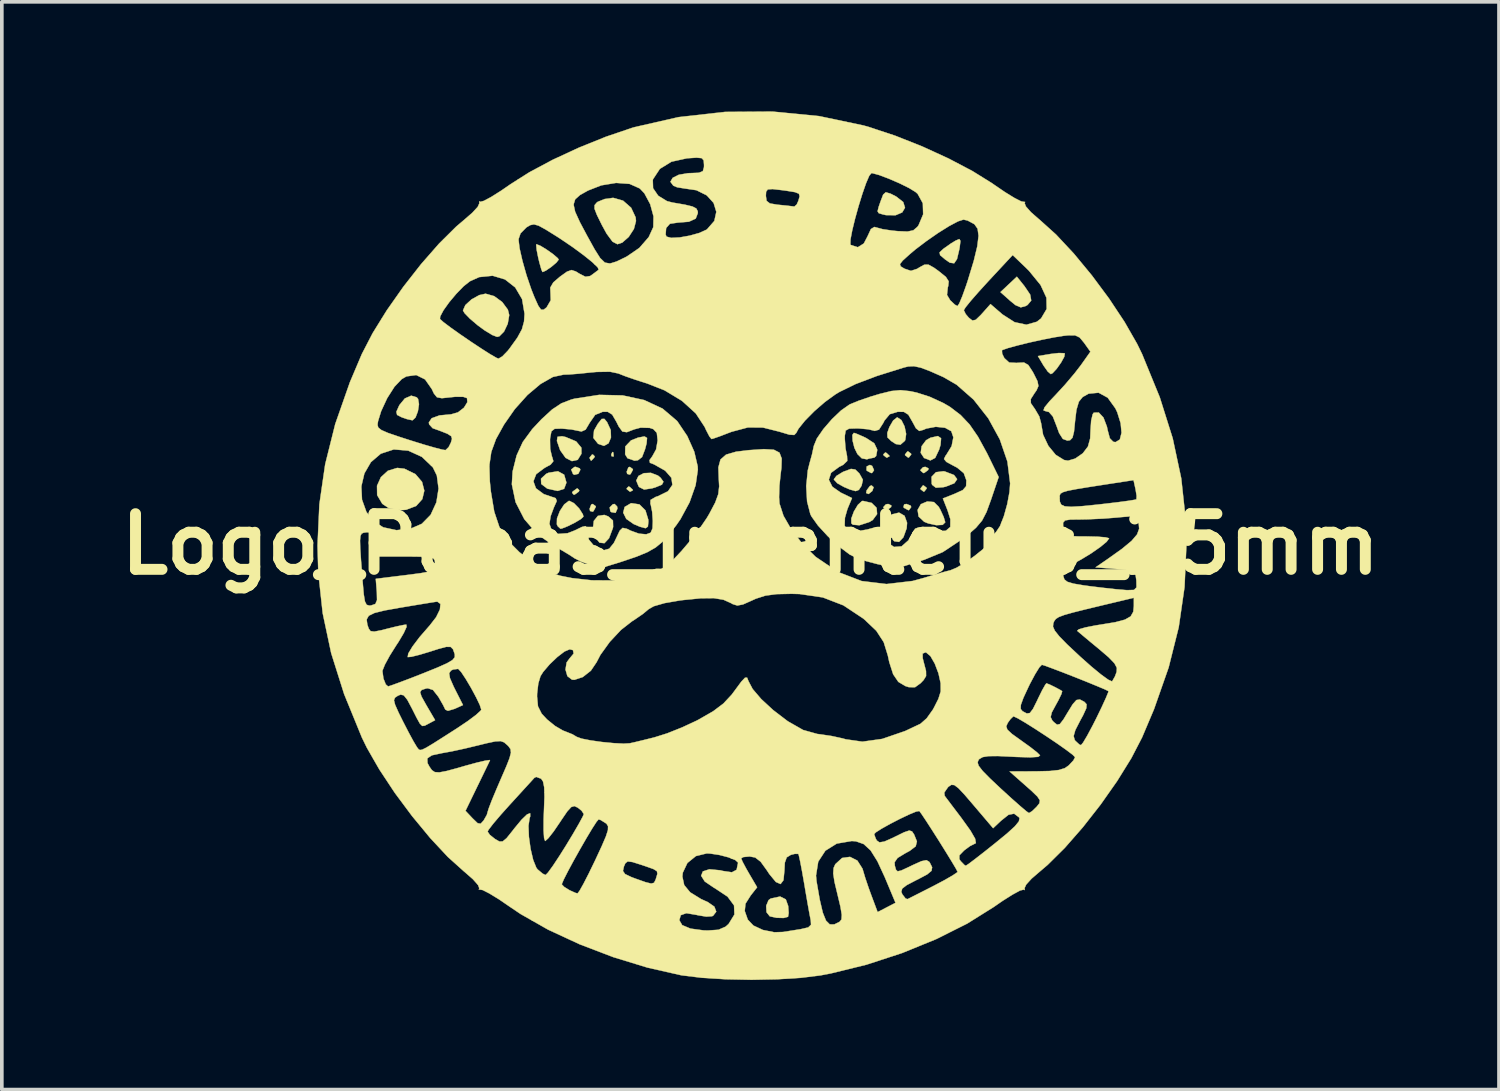
<source format=kicad_pcb>
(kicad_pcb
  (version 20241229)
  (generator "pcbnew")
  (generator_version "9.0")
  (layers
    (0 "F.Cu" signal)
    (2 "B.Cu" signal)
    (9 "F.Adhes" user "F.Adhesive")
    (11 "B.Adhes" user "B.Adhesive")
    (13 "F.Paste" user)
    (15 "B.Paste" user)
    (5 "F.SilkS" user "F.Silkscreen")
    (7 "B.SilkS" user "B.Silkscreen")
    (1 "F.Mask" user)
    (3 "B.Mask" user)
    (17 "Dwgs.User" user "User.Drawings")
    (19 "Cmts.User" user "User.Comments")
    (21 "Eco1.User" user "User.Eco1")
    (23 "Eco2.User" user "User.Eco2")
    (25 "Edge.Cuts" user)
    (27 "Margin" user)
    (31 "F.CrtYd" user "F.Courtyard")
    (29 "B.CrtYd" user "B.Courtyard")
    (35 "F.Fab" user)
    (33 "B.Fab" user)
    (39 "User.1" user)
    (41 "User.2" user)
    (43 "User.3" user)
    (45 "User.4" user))
  (footprint "Logo_Papas_Inventeurs_25mm"
    (layer "F.Cu")
    (at 17.497 11.85)
    (property "Reference" "Logo_Papas_Inventeurs_25mm" (at 0 0 0) (layer "F.SilkS") (effects (font (size 1.524 1.524) (thickness 0.3))))
    (attr through_hole)
    (fp_poly (pts (xy -3.754 -2.512) (xy -3.743 -2.411) (xy -3.754 -2.399) (xy -3.804 -2.411) (xy -3.81 -2.455) (xy -3.779 -2.525) (xy -3.754 -2.512)) (stroke (width 0.01) (type solid)) (fill yes) (layer "F.SilkS"))
    (fp_poly (pts (xy -4.685 -1.472) (xy -4.699 -1.439) (xy -4.811 -1.358) (xy -4.836 -1.355) (xy -4.882 -1.407) (xy -4.868 -1.439) (xy -4.756 -1.521) (xy -4.731 -1.524) (xy -4.685 -1.472)) (stroke (width 0.01) (type solid)) (fill yes) (layer "F.SilkS"))
    (fp_poly (pts (xy -4.671 -2.074) (xy -4.657 -2.037) (xy -4.713 -1.926) (xy -4.821 -1.9) (xy -4.857 -1.921) (xy -4.908 -2.044) (xy -4.817 -2.114) (xy -4.784 -2.117) (xy -4.671 -2.074)) (stroke (width 0.01) (type solid)) (fill yes) (layer "F.SilkS"))
    (fp_poly (pts (xy -4.262 -2.403) (xy -4.276 -2.371) (xy -4.352 -2.29) (xy -4.365 -2.286) (xy -4.402 -2.352) (xy -4.403 -2.371) (xy -4.338 -2.452) (xy -4.313 -2.455) (xy -4.262 -2.403)) (stroke (width 0.01) (type solid)) (fill yes) (layer "F.SilkS"))
    (fp_poly (pts (xy -4.236 -1.04) (xy -4.233 -1.021) (xy -4.295 -0.906) (xy -4.318 -0.889) (xy -4.39 -0.908) (xy -4.403 -0.969) (xy -4.358 -1.085) (xy -4.318 -1.101) (xy -4.236 -1.04)) (stroke (width 0.01) (type solid)) (fill yes) (layer "F.SilkS"))
    (fp_poly (pts (xy -3.65 -1.032) (xy -3.641 -0.974) (xy -3.693 -0.857) (xy -3.81 -0.878) (xy -3.836 -0.901) (xy -3.853 -1.006) (xy -3.767 -1.092) (xy -3.72 -1.101) (xy -3.65 -1.032)) (stroke (width 0.01) (type solid)) (fill yes) (layer "F.SilkS"))
    (fp_poly (pts (xy -3.302 -1.566) (xy -3.221 -1.49) (xy -3.217 -1.477) (xy -3.283 -1.44) (xy -3.302 -1.439) (xy -3.383 -1.504) (xy -3.387 -1.529) (xy -3.335 -1.58) (xy -3.302 -1.566)) (stroke (width 0.01) (type solid)) (fill yes) (layer "F.SilkS"))
    (fp_poly (pts (xy -3.22 -2.056) (xy -3.217 -2.037) (xy -3.279 -1.922) (xy -3.302 -1.905) (xy -3.374 -1.924) (xy -3.387 -1.985) (xy -3.342 -2.101) (xy -3.302 -2.117) (xy -3.22 -2.056)) (stroke (width 0.01) (type solid)) (fill yes) (layer "F.SilkS"))
    (fp_poly (pts (xy 3.333 -2.143) (xy 3.385 -2.026) (xy 3.331 -1.95) (xy 3.307 -1.947) (xy 3.192 -2.009) (xy 3.179 -2.026) (xy 3.183 -2.127) (xy 3.272 -2.17) (xy 3.333 -2.143)) (stroke (width 0.01) (type solid)) (fill yes) (layer "F.SilkS"))
    (fp_poly (pts (xy 3.374 -1.559) (xy 3.339 -1.458) (xy 3.24 -1.377) (xy 3.233 -1.374) (xy 3.169 -1.401) (xy 3.184 -1.475) (xy 3.271 -1.591) (xy 3.318 -1.609) (xy 3.374 -1.559)) (stroke (width 0.01) (type solid)) (fill yes) (layer "F.SilkS"))
    (fp_poly (pts (xy 3.725 -2.498) (xy 3.806 -2.422) (xy 3.81 -2.408) (xy 3.744 -2.372) (xy 3.725 -2.371) (xy 3.644 -2.436) (xy 3.641 -2.46) (xy 3.693 -2.511) (xy 3.725 -2.498)) (stroke (width 0.01) (type solid)) (fill yes) (layer "F.SilkS"))
    (fp_poly (pts (xy 3.86 -1.06) (xy 3.852 -1.016) (xy 3.744 -0.935) (xy 3.72 -0.931) (xy 3.643 -0.996) (xy 3.641 -1.016) (xy 3.71 -1.09) (xy 3.773 -1.101) (xy 3.86 -1.06)) (stroke (width 0.01) (type solid)) (fill yes) (layer "F.SilkS"))
    (fp_poly (pts (xy 4.387 -1.056) (xy 4.403 -1.016) (xy 4.342 -0.934) (xy 4.323 -0.931) (xy 4.208 -0.993) (xy 4.191 -1.016) (xy 4.21 -1.088) (xy 4.271 -1.101) (xy 4.387 -1.056)) (stroke (width 0.01) (type solid)) (fill yes) (layer "F.SilkS"))
    (fp_poly (pts (xy 4.4 -2.476) (xy 4.403 -2.455) (xy 4.338 -2.373) (xy 4.318 -2.371) (xy 4.236 -2.435) (xy 4.233 -2.455) (xy 4.298 -2.538) (xy 4.318 -2.54) (xy 4.4 -2.476)) (stroke (width 0.01) (type solid)) (fill yes) (layer "F.SilkS"))
    (fp_poly (pts (xy 4.824 -1.544) (xy 4.826 -1.524) (xy 4.762 -1.442) (xy 4.741 -1.439) (xy 4.659 -1.504) (xy 4.657 -1.524) (xy 4.721 -1.606) (xy 4.741 -1.609) (xy 4.824 -1.544)) (stroke (width 0.01) (type solid)) (fill yes) (layer "F.SilkS"))
    (fp_poly (pts (xy 4.876 -2.076) (xy 4.868 -2.032) (xy 4.76 -1.951) (xy 4.736 -1.947) (xy 4.659 -2.012) (xy 4.657 -2.032) (xy 4.726 -2.106) (xy 4.789 -2.117) (xy 4.876 -2.076)) (stroke (width 0.01) (type solid)) (fill yes) (layer "F.SilkS"))
    (fp_poly (pts (xy -3.924 -3.34) (xy -3.825 -3.126) (xy -3.818 -2.92) (xy -3.884 -2.762) (xy -4.009 -2.692) (xy -4.17 -2.747) (xy -4.3 -2.909) (xy -4.282 -3.112) (xy -4.178 -3.295) (xy -4.072 -3.429) (xy -3.999 -3.431) (xy -3.924 -3.34)) (stroke (width 0.01) (type solid)) (fill yes) (layer "F.SilkS"))
    (fp_poly (pts (xy 5.221 -2.9) (xy 5.206 -2.719) (xy 5.167 -2.588) (xy 5.06 -2.363) (xy 4.928 -2.293) (xy 4.755 -2.36) (xy 4.663 -2.5) (xy 4.688 -2.682) (xy 4.81 -2.846) (xy 4.93 -2.914) (xy 5.133 -2.96) (xy 5.221 -2.9)) (stroke (width 0.01) (type solid)) (fill yes) (layer "F.SilkS"))
    (fp_poly (pts (xy 7.5 -7.07) (xy 7.66 -6.834) (xy 7.689 -6.671) (xy 7.588 -6.55) (xy 7.538 -6.521) (xy 7.403 -6.484) (xy 7.257 -6.546) (xy 7.109 -6.667) (xy 6.846 -6.902) (xy 7.071 -7.113) (xy 7.296 -7.324) (xy 7.5 -7.07)) (stroke (width 0.01) (type solid)) (fill yes) (layer "F.SilkS"))
    (fp_poly (pts (xy -5.1 -1.903) (xy -5.038 -1.687) (xy -5.038 -1.684) (xy -5.101 -1.516) (xy -5.277 -1.458) (xy -5.545 -1.516) (xy -5.567 -1.525) (xy -5.727 -1.647) (xy -5.734 -1.794) (xy -5.59 -1.927) (xy -5.524 -1.956) (xy -5.27 -1.996) (xy -5.1 -1.903)) (stroke (width 0.01) (type solid)) (fill yes) (layer "F.SilkS"))
    (fp_poly (pts (xy -5.063 -2.935) (xy -4.772 -2.814) (xy -4.628 -2.641) (xy -4.626 -2.477) (xy -4.729 -2.309) (xy -4.888 -2.274) (xy -5.06 -2.363) (xy -5.206 -2.568) (xy -5.216 -2.591) (xy -5.298 -2.827) (xy -5.282 -2.94) (xy -5.158 -2.955) (xy -5.063 -2.935)) (stroke (width 0.01) (type solid)) (fill yes) (layer "F.SilkS"))
    (fp_poly (pts (xy -3.893 -0.761) (xy -3.764 -0.648) (xy -3.759 -0.475) (xy -3.767 -0.438) (xy -3.87 -0.163) (xy -3.997 -0.027) (xy -4.131 -0.041) (xy -4.23 -0.164) (xy -4.312 -0.42) (xy -4.288 -0.636) (xy -4.177 -0.774) (xy -4 -0.801) (xy -3.893 -0.761)) (stroke (width 0.01) (type solid)) (fill yes) (layer "F.SilkS"))
    (fp_poly (pts (xy -2.83 -2.909) (xy -2.843 -2.76) (xy -2.885 -2.599) (xy -2.967 -2.385) (xy -3.081 -2.297) (xy -3.173 -2.286) (xy -3.365 -2.353) (xy -3.43 -2.459) (xy -3.425 -2.677) (xy -3.268 -2.842) (xy -3.077 -2.917) (xy -2.901 -2.95) (xy -2.83 -2.909)) (stroke (width 0.01) (type solid)) (fill yes) (layer "F.SilkS"))
    (fp_poly (pts (xy 4.221 -0.777) (xy 4.29 -0.585) (xy 4.278 -0.435) (xy 4.189 -0.188) (xy 4.069 -0.062) (xy 3.942 -0.079) (xy 3.906 -0.113) (xy 3.787 -0.337) (xy 3.757 -0.576) (xy 3.818 -0.766) (xy 3.872 -0.816) (xy 4.07 -0.864) (xy 4.221 -0.777)) (stroke (width 0.01) (type solid)) (fill yes) (layer "F.SilkS"))
    (fp_poly (pts (xy 5.328 -1.989) (xy 5.576 -1.893) (xy 5.661 -1.78) (xy 5.584 -1.668) (xy 5.348 -1.575) (xy 5.28 -1.56) (xy 5.079 -1.546) (xy 4.978 -1.622) (xy 4.964 -1.654) (xy 4.96 -1.845) (xy 5.082 -1.971) (xy 5.29 -1.997) (xy 5.328 -1.989)) (stroke (width 0.01) (type solid)) (fill yes) (layer "F.SilkS"))
    (fp_poly (pts (xy -3.039 -1.089) (xy -2.874 -0.925) (xy -2.796 -0.669) (xy -2.794 -0.616) (xy -2.807 -0.481) (xy -2.872 -0.437) (xy -3.026 -0.478) (xy -3.196 -0.55) (xy -3.399 -0.692) (xy -3.483 -0.863) (xy -3.444 -1.019) (xy -3.276 -1.118) (xy -3.257 -1.122) (xy -3.039 -1.089)) (stroke (width 0.01) (type solid)) (fill yes) (layer "F.SilkS"))
    (fp_poly (pts (xy -2.531 -1.878) (xy -2.461 -1.82) (xy -2.381 -1.71) (xy -2.422 -1.63) (xy -2.604 -1.555) (xy -2.693 -1.529) (xy -2.91 -1.496) (xy -3.044 -1.563) (xy -3.06 -1.581) (xy -3.126 -1.742) (xy -3.065 -1.868) (xy -2.918 -1.944) (xy -2.726 -1.953) (xy -2.531 -1.878)) (stroke (width 0.01) (type solid)) (fill yes) (layer "F.SilkS"))
    (fp_poly (pts (xy 0.969 9.725) (xy 1.034 9.906) (xy 1.048 10.099) (xy 1.03 10.203) (xy 0.911 10.235) (xy 0.717 10.23) (xy 0.535 10.191) (xy 0.529 10.189) (xy 0.441 10.077) (xy 0.432 9.902) (xy 0.497 9.747) (xy 0.557 9.703) (xy 0.813 9.648) (xy 0.969 9.725)) (stroke (width 0.01) (type solid)) (fill yes) (layer "F.SilkS"))
    (fp_poly (pts (xy 3.32 -1.13) (xy 3.455 -0.995) (xy 3.469 -0.824) (xy 3.35 -0.662) (xy 3.256 -0.606) (xy 2.985 -0.518) (xy 2.806 -0.533) (xy 2.764 -0.572) (xy 2.763 -0.704) (xy 2.834 -0.895) (xy 2.942 -1.076) (xy 3.053 -1.179) (xy 3.079 -1.185) (xy 3.32 -1.13)) (stroke (width 0.01) (type solid)) (fill yes) (layer "F.SilkS"))
    (fp_poly (pts (xy 8.589 -5.229) (xy 8.609 -5.22) (xy 8.594 -5.132) (xy 8.507 -4.974) (xy 8.388 -4.805) (xy 8.275 -4.683) (xy 8.225 -4.657) (xy 8.145 -4.722) (xy 8.032 -4.882) (xy 8.019 -4.903) (xy 7.873 -5.15) (xy 8.218 -5.208) (xy 8.443 -5.234) (xy 8.589 -5.229)) (stroke (width 0.01) (type solid)) (fill yes) (layer "F.SilkS"))
    (fp_poly (pts (xy 3.838 -9.597) (xy 3.989 -9.52) (xy 4.184 -9.368) (xy 4.233 -9.213) (xy 4.157 -9.084) (xy 3.976 -9.007) (xy 3.712 -9.01) (xy 3.619 -9.031) (xy 3.514 -9.063) (xy 3.482 -9.114) (xy 3.513 -9.239) (xy 3.564 -9.385) (xy 3.635 -9.571) (xy 3.707 -9.636) (xy 3.838 -9.597)) (stroke (width 0.01) (type solid)) (fill yes) (layer "F.SilkS"))
    (fp_poly (pts (xy 4.134 -3.398) (xy 4.221 -3.224) (xy 4.264 -3.019) (xy 4.24 -2.85) (xy 4.223 -2.824) (xy 4.107 -2.723) (xy 3.98 -2.742) (xy 3.854 -2.825) (xy 3.753 -2.924) (xy 3.748 -3.046) (xy 3.805 -3.206) (xy 3.909 -3.386) (xy 4.014 -3.47) (xy 4.024 -3.471) (xy 4.134 -3.398)) (stroke (width 0.01) (type solid)) (fill yes) (layer "F.SilkS"))
    (fp_poly (pts (xy 5.025 -1.153) (xy 5.155 -1.024) (xy 5.202 -0.941) (xy 5.293 -0.741) (xy 5.334 -0.602) (xy 5.334 -0.597) (xy 5.264 -0.529) (xy 5.091 -0.52) (xy 4.87 -0.568) (xy 4.758 -0.613) (xy 4.605 -0.757) (xy 4.578 -0.938) (xy 4.668 -1.096) (xy 4.842 -1.169) (xy 5.025 -1.153)) (stroke (width 0.01) (type solid)) (fill yes) (layer "F.SilkS"))
    (fp_poly (pts (xy 5.751 -8.304) (xy 5.73 -8.129) (xy 5.72 -8.073) (xy 5.657 -7.807) (xy 5.579 -7.691) (xy 5.462 -7.707) (xy 5.334 -7.795) (xy 5.194 -7.914) (xy 5.18 -7.991) (xy 5.282 -8.085) (xy 5.292 -8.093) (xy 5.493 -8.235) (xy 5.62 -8.312) (xy 5.72 -8.354) (xy 5.751 -8.304)) (stroke (width 0.01) (type solid)) (fill yes) (layer "F.SilkS"))
    (fp_poly (pts (xy -9.474 -2.066) (xy -9.171 -1.917) (xy -8.991 -1.705) (xy -8.929 -1.465) (xy -8.984 -1.233) (xy -9.151 -1.047) (xy -9.427 -0.942) (xy -9.573 -0.931) (xy -9.913 -0.993) (xy -10.08 -1.106) (xy -10.22 -1.343) (xy -10.224 -1.599) (xy -10.118 -1.834) (xy -9.926 -2.01) (xy -9.671 -2.088) (xy -9.474 -2.066)) (stroke (width 0.01) (type solid)) (fill yes) (layer "F.SilkS"))
    (fp_poly (pts (xy -9.136 -4.02) (xy -9.1 -3.977) (xy -9.075 -3.833) (xy -9.104 -3.64) (xy -9.169 -3.469) (xy -9.251 -3.392) (xy -9.257 -3.392) (xy -9.409 -3.426) (xy -9.549 -3.475) (xy -9.674 -3.539) (xy -9.694 -3.624) (xy -9.619 -3.792) (xy -9.611 -3.808) (xy -9.462 -3.99) (xy -9.287 -4.066) (xy -9.136 -4.02)) (stroke (width 0.01) (type solid)) (fill yes) (layer "F.SilkS"))
    (fp_poly (pts (xy -5.748 -8.169) (xy -5.575 -8.063) (xy -5.398 -7.937) (xy -5.274 -7.83) (xy -5.249 -7.792) (xy -5.311 -7.712) (xy -5.45 -7.594) (xy -5.601 -7.49) (xy -5.693 -7.451) (xy -5.725 -7.525) (xy -5.778 -7.713) (xy -5.807 -7.832) (xy -5.852 -8.056) (xy -5.865 -8.193) (xy -5.858 -8.213) (xy -5.748 -8.169)) (stroke (width 0.01) (type solid)) (fill yes) (layer "F.SilkS"))
    (fp_poly (pts (xy 2.872 -2.044) (xy 2.983 -1.936) (xy 3.08 -1.762) (xy 3.044 -1.601) (xy 2.969 -1.486) (xy 2.879 -1.453) (xy 2.721 -1.498) (xy 2.561 -1.566) (xy 2.378 -1.669) (xy 2.288 -1.766) (xy 2.286 -1.778) (xy 2.356 -1.87) (xy 2.528 -1.975) (xy 2.561 -1.99) (xy 2.755 -2.061) (xy 2.872 -2.044)) (stroke (width 0.01) (type solid)) (fill yes) (layer "F.SilkS"))
    (fp_poly (pts (xy -4.831 -1.122) (xy -4.688 -0.976) (xy -4.587 -0.816) (xy -4.572 -0.753) (xy -4.64 -0.689) (xy -4.801 -0.592) (xy -4.993 -0.496) (xy -5.153 -0.432) (xy -5.201 -0.423) (xy -5.275 -0.49) (xy -5.3 -0.543) (xy -5.296 -0.703) (xy -5.217 -0.907) (xy -5.098 -1.089) (xy -4.975 -1.183) (xy -4.956 -1.185) (xy -4.831 -1.122)) (stroke (width 0.01) (type solid)) (fill yes) (layer "F.SilkS"))
    (fp_poly (pts (xy 2.928 -3.015) (xy 3.114 -2.933) (xy 3.172 -2.905) (xy 3.391 -2.762) (xy 3.47 -2.597) (xy 3.471 -2.567) (xy 3.443 -2.415) (xy 3.394 -2.371) (xy 3.25 -2.343) (xy 3.191 -2.323) (xy 3.05 -2.35) (xy 2.93 -2.468) (xy 2.848 -2.637) (xy 2.799 -2.832) (xy 2.792 -2.99) (xy 2.833 -3.048) (xy 2.928 -3.015)) (stroke (width 0.01) (type solid)) (fill yes) (layer "F.SilkS"))
    (fp_poly (pts (xy -7.017 -6.792) (xy -6.795 -6.629) (xy -6.641 -6.42) (xy -6.604 -6.273) (xy -6.645 -6.034) (xy -6.746 -5.821) (xy -6.875 -5.691) (xy -6.935 -5.676) (xy -7.071 -5.728) (xy -7.283 -5.858) (xy -7.468 -5.994) (xy -7.681 -6.175) (xy -7.827 -6.326) (xy -7.87 -6.399) (xy -7.805 -6.547) (xy -7.636 -6.702) (xy -7.423 -6.82) (xy -7.251 -6.858) (xy -7.017 -6.792)) (stroke (width 0.01) (type solid)) (fill yes) (layer "F.SilkS"))
    (fp_poly (pts (xy -3.487 -9.406) (xy -3.266 -9.212) (xy -3.143 -8.949) (xy -3.133 -8.848) (xy -3.19 -8.631) (xy -3.331 -8.414) (xy -3.509 -8.257) (xy -3.641 -8.213) (xy -3.775 -8.283) (xy -3.937 -8.502) (xy -4.066 -8.738) (xy -4.203 -9.016) (xy -4.268 -9.184) (xy -4.267 -9.283) (xy -4.209 -9.352) (xy -4.182 -9.373) (xy -3.991 -9.451) (xy -3.758 -9.483) (xy -3.487 -9.406)) (stroke (width 0.01) (type solid)) (fill yes) (layer "F.SilkS"))
    (fp_poly (pts (xy -3.497 -4.073) (xy -2.909 -3.946) (xy -2.405 -3.712) (xy -2.012 -3.377) (xy -1.992 -3.352) (xy -1.728 -2.959) (xy -1.537 -2.531) (xy -1.444 -2.132) (xy -1.439 -2.037) (xy -1.5 -1.616) (xy -1.666 -1.146) (xy -1.915 -0.685) (xy -2.03 -0.519) (xy -2.231 -0.261) (xy -2.409 -0.063) (xy -2.596 0.091) (xy -2.823 0.22) (xy -3.122 0.343) (xy -3.525 0.479) (xy -3.979 0.62) (xy -4.14 0.622) (xy -4.371 0.575) (xy -4.412 0.562) (xy -4.646 0.474) (xy -4.82 0.384) (xy -4.835 0.372) (xy -4.973 0.282) (xy -5.201 0.147) (xy -5.376 0.051) (xy -5.834 -0.274) (xy -6.191 -0.685) (xy -6.43 -1.151) (xy -6.532 -1.639) (xy -6.527 -1.721) (xy -5.942 -1.721) (xy -5.872 -1.529) (xy -5.659 -1.371) (xy -5.484 -1.311) (xy -5.331 -1.26) (xy -5.302 -1.182) (xy -5.377 -1.015) (xy -5.379 -1.012) (xy -5.47 -0.767) (xy -5.503 -0.556) (xy -5.437 -0.369) (xy -5.26 -0.281) (xy -5.005 -0.3) (xy -4.817 -0.373) (xy -4.612 -0.472) (xy -4.516 -0.495) (xy -4.489 -0.439) (xy -4.487 -0.358) (xy -4.422 -0.124) (xy -4.261 0.07) (xy -4.058 0.167) (xy -4.023 0.169) (xy -3.866 0.124) (xy -3.738 -0.034) (xy -3.675 -0.164) (xy -3.578 -0.37) (xy -3.498 -0.446) (xy -3.384 -0.422) (xy -3.282 -0.371) (xy -3.051 -0.288) (xy -2.852 -0.27) (xy -2.731 -0.314) (xy -2.68 -0.434) (xy -2.672 -0.635) (xy -2.69 -0.886) (xy -2.728 -1.078) (xy -2.738 -1.104) (xy -2.735 -1.211) (xy -2.593 -1.294) (xy -2.528 -1.315) (xy -2.256 -1.449) (xy -2.136 -1.623) (xy -2.164 -1.818) (xy -2.334 -2.013) (xy -2.641 -2.186) (xy -2.751 -2.228) (xy -2.764 -2.299) (xy -2.687 -2.405) (xy -2.582 -2.595) (xy -2.54 -2.841) (xy -2.563 -3.049) (xy -2.659 -3.151) (xy -2.758 -3.184) (xy -3.005 -3.191) (xy -3.185 -3.143) (xy -3.384 -3.066) (xy -3.505 -3.084) (xy -3.605 -3.221) (xy -3.669 -3.35) (xy -3.785 -3.549) (xy -3.91 -3.625) (xy -4.044 -3.625) (xy -4.251 -3.541) (xy -4.402 -3.323) (xy -4.403 -3.321) (xy -4.512 -3.136) (xy -4.626 -3.085) (xy -4.699 -3.1) (xy -4.902 -3.141) (xy -5.157 -3.164) (xy -5.165 -3.165) (xy -5.36 -3.159) (xy -5.449 -3.09) (xy -5.483 -2.91) (xy -5.487 -2.861) (xy -5.482 -2.607) (xy -5.436 -2.404) (xy -5.428 -2.388) (xy -5.395 -2.271) (xy -5.47 -2.179) (xy -5.635 -2.089) (xy -5.865 -1.918) (xy -5.942 -1.721) (xy -6.527 -1.721) (xy -6.511 -1.991) (xy -6.401 -2.431) (xy -6.232 -2.798) (xy -5.973 -3.151) (xy -5.718 -3.423) (xy -5.428 -3.689) (xy -5.176 -3.856) (xy -4.902 -3.961) (xy -4.814 -3.984) (xy -4.141 -4.088) (xy -3.497 -4.073)) (stroke (width 0.01) (type solid)) (fill yes) (layer "F.SilkS"))
    (fp_poly (pts (xy 4.37 -4.189) (xy 4.551 -4.151) (xy 4.91 -4.036) (xy 5.288 -3.862) (xy 5.467 -3.757) (xy 5.755 -3.537) (xy 6.001 -3.278) (xy 6.232 -2.942) (xy 6.478 -2.491) (xy 6.554 -2.337) (xy 6.798 -1.838) (xy 6.587 -1.215) (xy 6.465 -0.881) (xy 6.343 -0.647) (xy 6.177 -0.45) (xy 5.926 -0.23) (xy 5.853 -0.172) (xy 5.268 0.216) (xy 4.761 0.426) (xy 4.465 0.519) (xy 4.231 0.593) (xy 4.108 0.633) (xy 4.106 0.634) (xy 3.985 0.632) (xy 3.751 0.599) (xy 3.483 0.547) (xy 3.161 0.462) (xy 2.876 0.362) (xy 2.721 0.285) (xy 2.42 0.059) (xy 2.116 -0.221) (xy 1.852 -0.508) (xy 1.672 -0.76) (xy 1.641 -0.823) (xy 1.552 -1.169) (xy 1.528 -1.594) (xy 1.546 -1.764) (xy 2.147 -1.764) (xy 2.244 -1.572) (xy 2.47 -1.414) (xy 2.782 -1.262) (xy 2.657 -0.963) (xy 2.588 -0.722) (xy 2.581 -0.517) (xy 2.587 -0.494) (xy 2.655 -0.381) (xy 2.796 -0.348) (xy 2.95 -0.359) (xy 3.197 -0.401) (xy 3.387 -0.453) (xy 3.4 -0.458) (xy 3.525 -0.46) (xy 3.601 -0.324) (xy 3.742 -0.053) (xy 3.932 0.076) (xy 4.139 0.06) (xy 4.326 -0.105) (xy 4.398 -0.236) (xy 4.509 -0.424) (xy 4.622 -0.465) (xy 4.652 -0.455) (xy 4.822 -0.406) (xy 5.065 -0.363) (xy 5.1 -0.358) (xy 5.35 -0.366) (xy 5.473 -0.471) (xy 5.475 -0.684) (xy 5.398 -0.927) (xy 5.27 -1.252) (xy 5.604 -1.384) (xy 5.817 -1.483) (xy 5.906 -1.586) (xy 5.913 -1.743) (xy 5.912 -1.752) (xy 5.843 -1.944) (xy 5.661 -2.095) (xy 5.562 -2.147) (xy 5.366 -2.253) (xy 5.301 -2.332) (xy 5.343 -2.421) (xy 5.362 -2.443) (xy 5.51 -2.685) (xy 5.557 -2.926) (xy 5.5 -3.094) (xy 5.329 -3.188) (xy 5.076 -3.214) (xy 4.817 -3.166) (xy 4.74 -3.132) (xy 4.625 -3.1) (xy 4.533 -3.172) (xy 4.438 -3.348) (xy 4.324 -3.546) (xy 4.201 -3.623) (xy 4.031 -3.624) (xy 3.816 -3.559) (xy 3.671 -3.386) (xy 3.641 -3.324) (xy 3.521 -3.136) (xy 3.402 -3.101) (xy 3.387 -3.107) (xy 3.223 -3.146) (xy 2.978 -3.168) (xy 2.921 -3.17) (xy 2.704 -3.164) (xy 2.609 -3.112) (xy 2.585 -2.97) (xy 2.585 -2.879) (xy 2.604 -2.624) (xy 2.645 -2.417) (xy 2.646 -2.413) (xy 2.652 -2.28) (xy 2.541 -2.173) (xy 2.431 -2.117) (xy 2.209 -1.954) (xy 2.147 -1.764) (xy 1.546 -1.764) (xy 1.571 -2.019) (xy 1.616 -2.202) (xy 1.687 -2.459) (xy 1.734 -2.678) (xy 1.736 -2.689) (xy 1.819 -2.892) (xy 1.998 -3.152) (xy 2.233 -3.424) (xy 2.484 -3.663) (xy 2.712 -3.822) (xy 2.725 -3.829) (xy 2.961 -3.926) (xy 3.281 -4.036) (xy 3.535 -4.113) (xy 3.86 -4.193) (xy 4.11 -4.217) (xy 4.37 -4.189)) (stroke (width 0.01) (type solid)) (fill yes) (layer "F.SilkS"))
    (fp_poly (pts (xy 1.879 -11.721) (xy 3.099 -11.464) (xy 3.26 -11.418) (xy 3.97 -11.182) (xy 4.708 -10.889) (xy 5.426 -10.56) (xy 6.078 -10.217) (xy 6.616 -9.883) (xy 6.662 -9.85) (xy 6.97 -9.64) (xy 7.231 -9.479) (xy 7.413 -9.387) (xy 7.48 -9.374) (xy 7.523 -9.37) (xy 7.508 -9.338) (xy 7.543 -9.247) (xy 7.684 -9.088) (xy 7.903 -8.896) (xy 7.923 -8.88) (xy 8.369 -8.478) (xy 8.854 -7.959) (xy 9.348 -7.361) (xy 9.821 -6.724) (xy 10.245 -6.085) (xy 10.59 -5.482) (xy 10.724 -5.207) (xy 11.209 -4.022) (xy 11.563 -2.899) (xy 11.797 -1.801) (xy 11.917 -0.694) (xy 11.938 0.042) (xy 11.887 1.175) (xy 11.728 2.274) (xy 11.452 3.376) (xy 11.052 4.517) (xy 10.724 5.292) (xy 10.429 5.861) (xy 10.041 6.487) (xy 9.589 7.13) (xy 9.101 7.753) (xy 8.608 8.316) (xy 8.139 8.781) (xy 7.923 8.965) (xy 7.699 9.158) (xy 7.551 9.321) (xy 7.506 9.418) (xy 7.508 9.422) (xy 7.51 9.472) (xy 7.48 9.459) (xy 7.382 9.484) (xy 7.181 9.593) (xy 6.906 9.766) (xy 6.662 9.935) (xy 5.936 10.389) (xy 5.085 10.815) (xy 4.151 11.196) (xy 3.178 11.514) (xy 2.208 11.752) (xy 1.915 11.808) (xy 1.379 11.874) (xy 0.733 11.914) (xy 0.031 11.928) (xy -0.672 11.914) (xy -1.321 11.874) (xy -1.863 11.808) (xy -1.905 11.801) (xy -2.818 11.594) (xy -3.758 11.306) (xy -4.679 10.954) (xy -5.539 10.555) (xy -5.996 10.295) (xy -1.947 10.295) (xy -1.868 10.431) (xy -1.641 10.526) (xy -1.288 10.574) (xy -1.167 10.578) (xy -0.874 10.558) (xy -0.679 10.473) (xy -0.596 10.398) (xy -0.438 10.141) (xy -0.448 9.891) (xy -0.626 9.651) (xy -0.972 9.421) (xy -0.995 9.409) (xy -1.25 9.236) (xy -1.349 9.079) (xy -1.302 8.96) (xy -1.124 8.902) (xy -0.825 8.93) (xy -0.753 8.948) (xy -0.507 8.984) (xy -0.378 8.916) (xy -0.339 8.728) (xy -0.339 8.718) (xy -0.414 8.649) (xy -0.538 8.6) (xy -0.254 8.6) (xy -0.215 8.695) (xy -0.114 8.884) (xy -0.035 9.022) (xy 0.184 9.395) (xy 0.007 9.62) (xy -0.135 9.844) (xy -0.155 10.044) (xy -0.072 10.28) (xy 0.081 10.442) (xy 0.343 10.564) (xy 0.654 10.626) (xy 0.889 10.619) (xy 1.086 10.588) (xy 1.344 10.547) (xy 1.376 10.542) (xy 1.583 10.494) (xy 1.66 10.42) (xy 1.653 10.304) (xy 1.621 10.141) (xy 1.57 9.859) (xy 1.509 9.506) (xy 1.477 9.314) (xy 1.435 9.075) (xy 1.796 9.075) (xy 1.811 9.232) (xy 1.899 9.736) (xy 1.982 10.09) (xy 2.07 10.308) (xy 2.172 10.41) (xy 2.298 10.411) (xy 2.443 10.339) (xy 2.494 10.275) (xy 2.502 10.15) (xy 2.466 9.931) (xy 2.387 9.599) (xy 2.303 9.249) (xy 2.268 9.018) (xy 2.278 8.867) (xy 2.324 8.763) (xy 2.511 8.592) (xy 2.727 8.562) (xy 2.928 8.663) (xy 3.069 8.885) (xy 3.085 8.939) (xy 3.144 9.137) (xy 3.239 9.417) (xy 3.31 9.612) (xy 3.483 10.074) (xy 3.728 9.947) (xy 3.973 9.82) (xy 3.681 9.122) (xy 3.478 8.683) (xy 3.292 8.386) (xy 3.102 8.211) (xy 2.889 8.136) (xy 2.776 8.128) (xy 2.365 8.198) (xy 2.053 8.393) (xy 1.857 8.693) (xy 1.796 9.075) (xy 1.435 9.075) (xy 1.416 8.967) (xy 1.363 8.688) (xy 1.325 8.517) (xy 1.313 8.481) (xy 1.219 8.479) (xy 1.107 8.507) (xy 0.994 8.576) (xy 0.942 8.721) (xy 0.931 8.938) (xy 0.905 9.202) (xy 0.826 9.306) (xy 0.697 9.249) (xy 0.517 9.031) (xy 0.452 8.932) (xy 0.281 8.695) (xy 0.131 8.579) (xy -0.021 8.551) (xy -0.19 8.567) (xy -0.254 8.6) (xy -0.538 8.6) (xy -0.602 8.574) (xy -0.849 8.51) (xy -1.1 8.472) (xy -1.195 8.467) (xy -1.492 8.54) (xy -1.726 8.73) (xy -1.852 8.996) (xy -1.863 9.102) (xy -1.813 9.334) (xy -1.65 9.532) (xy -1.351 9.717) (xy -1.164 9.802) (xy -0.987 9.925) (xy -0.935 10.063) (xy -1.021 10.174) (xy -1.052 10.188) (xy -1.21 10.198) (xy -1.439 10.16) (xy -1.476 10.151) (xy -1.754 10.104) (xy -1.907 10.159) (xy -1.947 10.295) (xy -5.996 10.295) (xy -6.292 10.127) (xy -6.577 9.935) (xy -6.885 9.724) (xy -7.147 9.564) (xy -7.329 9.471) (xy -7.396 9.459) (xy -7.438 9.455) (xy -7.423 9.422) (xy -7.458 9.331) (xy -7.473 9.315) (xy -5.165 9.315) (xy -5.098 9.385) (xy -4.949 9.477) (xy -4.79 9.548) (xy -4.733 9.562) (xy -4.679 9.492) (xy -4.57 9.298) (xy -4.422 9.01) (xy -4.393 8.949) (xy -3.49 8.949) (xy -3.431 9.033) (xy -3.256 9.117) (xy -3.143 9.159) (xy -2.871 9.255) (xy -2.717 9.293) (xy -2.639 9.272) (xy -2.597 9.19) (xy -2.58 9.138) (xy -2.547 9.025) (xy -2.56 8.954) (xy -2.653 8.896) (xy -2.858 8.823) (xy -2.989 8.779) (xy -3.23 8.703) (xy -3.359 8.687) (xy -3.424 8.736) (xy -3.465 8.83) (xy -3.49 8.949) (xy -4.393 8.949) (xy -4.251 8.657) (xy -4.07 8.267) (xy -3.956 8.001) (xy -3.936 7.939) (xy 3.388 7.939) (xy 3.43 8.058) (xy 3.461 8.114) (xy 3.533 8.165) (xy 3.668 8.143) (xy 3.901 8.04) (xy 3.965 8.008) (xy 4.21 7.888) (xy 4.349 7.841) (xy 4.425 7.864) (xy 4.483 7.95) (xy 4.484 7.953) (xy 4.559 8.139) (xy 4.526 8.273) (xy 4.363 8.397) (xy 4.241 8.463) (xy 4.029 8.592) (xy 3.948 8.709) (xy 3.954 8.803) (xy 3.985 8.913) (xy 4.031 8.958) (xy 4.131 8.935) (xy 4.328 8.844) (xy 4.447 8.786) (xy 4.683 8.68) (xy 4.818 8.652) (xy 4.895 8.696) (xy 4.914 8.723) (xy 4.976 8.847) (xy 4.959 8.944) (xy 4.839 9.043) (xy 4.591 9.175) (xy 4.535 9.202) (xy 4.281 9.335) (xy 4.156 9.431) (xy 4.132 9.519) (xy 4.16 9.588) (xy 4.25 9.703) (xy 4.303 9.719) (xy 4.4 9.67) (xy 4.609 9.564) (xy 4.893 9.42) (xy 5.016 9.357) (xy 5.311 9.201) (xy 5.537 9.071) (xy 5.66 8.988) (xy 5.673 8.971) (xy 5.63 8.888) (xy 5.518 8.699) (xy 5.358 8.438) (xy 5.173 8.141) (xy 4.984 7.844) (xy 4.815 7.582) (xy 4.687 7.39) (xy 4.625 7.306) (xy 4.537 7.322) (xy 4.346 7.401) (xy 4.096 7.52) (xy 3.832 7.656) (xy 3.597 7.787) (xy 3.435 7.89) (xy 3.388 7.939) (xy -3.936 7.939) (xy -3.901 7.829) (xy -3.898 7.725) (xy -3.937 7.659) (xy -3.959 7.641) (xy -4.098 7.554) (xy -4.156 7.535) (xy -4.215 7.604) (xy -4.333 7.787) (xy -4.49 8.049) (xy -4.666 8.355) (xy -4.842 8.669) (xy -4.996 8.955) (xy -5.11 9.179) (xy -5.163 9.305) (xy -5.165 9.315) (xy -7.473 9.315) (xy -7.599 9.173) (xy -7.818 8.981) (xy -7.838 8.965) (xy -8.285 8.563) (xy -8.769 8.044) (xy -8.913 7.869) (xy -7.197 7.869) (xy -7.133 7.961) (xy -6.992 8.073) (xy -6.875 8.14) (xy -6.783 8.139) (xy -6.676 8.05) (xy -6.516 7.851) (xy -6.467 7.787) (xy -6.266 7.544) (xy -6.116 7.4) (xy -6.031 7.367) (xy -6.029 7.455) (xy -6.046 7.503) (xy -6.077 7.713) (xy -6.065 8.013) (xy -6.019 8.344) (xy -5.948 8.646) (xy -5.862 8.859) (xy -5.829 8.903) (xy -5.689 9.021) (xy -5.609 9.059) (xy -5.542 8.991) (xy -5.408 8.807) (xy -5.229 8.536) (xy -5.054 8.258) (xy -4.856 7.93) (xy -4.696 7.654) (xy -4.592 7.462) (xy -4.561 7.39) (xy -4.623 7.297) (xy -4.725 7.215) (xy -4.818 7.171) (xy -4.905 7.197) (xy -5.014 7.316) (xy -5.175 7.552) (xy -5.217 7.616) (xy -5.388 7.867) (xy -5.531 8.049) (xy -5.617 8.127) (xy -5.621 8.127) (xy -5.649 8.049) (xy -5.663 7.839) (xy -5.662 7.533) (xy -5.654 7.324) (xy -5.639 6.922) (xy -5.642 6.801) (xy 5.308 6.801) (xy 5.32 6.892) (xy 5.402 7.001) (xy 5.556 7.205) (xy 5.751 7.462) (xy 5.785 7.508) (xy 6.025 7.842) (xy 6.153 8.064) (xy 6.174 8.185) (xy 6.117 8.215) (xy 6.013 8.267) (xy 5.853 8.385) (xy 5.722 8.52) (xy 5.721 8.625) (xy 5.758 8.679) (xy 5.86 8.784) (xy 5.897 8.805) (xy 5.973 8.756) (xy 6.152 8.621) (xy 6.409 8.421) (xy 6.689 8.198) (xy 7.026 7.922) (xy 7.241 7.726) (xy 7.35 7.593) (xy 7.369 7.506) (xy 7.354 7.479) (xy 7.221 7.379) (xy 7.067 7.409) (xy 6.863 7.572) (xy 6.646 7.777) (xy 6.108 7.144) (xy 5.86 6.855) (xy 5.694 6.679) (xy 5.584 6.596) (xy 5.503 6.589) (xy 5.427 6.639) (xy 5.41 6.655) (xy 5.308 6.801) (xy -5.642 6.801) (xy -5.646 6.656) (xy -5.678 6.498) (xy -5.73 6.422) (xy -5.865 6.372) (xy -5.918 6.4) (xy -6.001 6.492) (xy -6.171 6.678) (xy -6.401 6.93) (xy -6.591 7.138) (xy -6.84 7.416) (xy -7.04 7.651) (xy -7.165 7.813) (xy -7.197 7.869) (xy -8.913 7.869) (xy -9.263 7.446) (xy -9.737 6.809) (xy -10.16 6.169) (xy -10.335 5.865) (xy -8.847 5.865) (xy -8.841 5.993) (xy -8.788 6.093) (xy -8.72 6.189) (xy -8.642 6.241) (xy -8.519 6.249) (xy -8.318 6.211) (xy -8.005 6.126) (xy -7.796 6.065) (xy -7.488 5.981) (xy -7.257 5.927) (xy -7.138 5.911) (xy -7.13 5.917) (xy -7.176 6.012) (xy -7.277 6.221) (xy -7.415 6.506) (xy -7.478 6.635) (xy -7.801 7.301) (xy -7.607 7.507) (xy -7.469 7.64) (xy -7.386 7.654) (xy -7.305 7.566) (xy -7.217 7.412) (xy -7.197 7.339) (xy -7.164 7.232) (xy -7.078 7.007) (xy -6.95 6.701) (xy -6.846 6.459) (xy -6.69 6.099) (xy -6.64 5.974) (xy 6.22 5.974) (xy 6.25 6.068) (xy 6.359 6.209) (xy 6.563 6.416) (xy 6.86 6.696) (xy 7.147 6.958) (xy 7.389 7.172) (xy 7.558 7.315) (xy 7.628 7.363) (xy 7.715 7.309) (xy 7.837 7.191) (xy 7.913 7.096) (xy 7.926 7.013) (xy 7.857 6.909) (xy 7.689 6.747) (xy 7.545 6.62) (xy 7.096 6.223) (xy 7.818 6.22) (xy 8.198 6.211) (xy 8.45 6.183) (xy 8.615 6.129) (xy 8.715 6.059) (xy 8.844 5.921) (xy 8.89 5.833) (xy 8.824 5.766) (xy 8.647 5.632) (xy 8.396 5.455) (xy 8.103 5.258) (xy 7.803 5.062) (xy 7.531 4.891) (xy 7.321 4.768) (xy 7.207 4.715) (xy 7.199 4.715) (xy 7.122 4.789) (xy 7.048 4.891) (xy 7.005 4.986) (xy 7.035 5.077) (xy 7.162 5.196) (xy 7.408 5.372) (xy 7.41 5.374) (xy 7.657 5.551) (xy 7.845 5.698) (xy 7.932 5.783) (xy 7.881 5.823) (xy 7.664 5.837) (xy 7.281 5.826) (xy 7.172 5.82) (xy 6.778 5.801) (xy 6.519 5.804) (xy 6.36 5.83) (xy 6.268 5.883) (xy 6.251 5.902) (xy 6.22 5.974) (xy -6.64 5.974) (xy -6.596 5.86) (xy -6.557 5.71) (xy -6.568 5.613) (xy -6.62 5.538) (xy -6.655 5.503) (xy -6.744 5.426) (xy -6.839 5.392) (xy -6.984 5.4) (xy -7.22 5.45) (xy -7.451 5.507) (xy -7.817 5.595) (xy -8.172 5.672) (xy -8.441 5.721) (xy -8.447 5.722) (xy -8.722 5.781) (xy -8.847 5.865) (xy -10.335 5.865) (xy -10.505 5.567) (xy -10.639 5.292) (xy -11.056 4.272) (xy -9.76 4.272) (xy -9.729 4.396) (xy -9.634 4.61) (xy -9.515 4.85) (xy -9.36 5.151) (xy -9.225 5.4) (xy -9.134 5.552) (xy -9.122 5.569) (xy -9.087 5.614) (xy -9.05 5.637) (xy -8.988 5.627) (xy -8.876 5.572) (xy -8.691 5.461) (xy -8.409 5.282) (xy -8.023 5.035) (xy -7.736 4.842) (xy -7.513 4.675) (xy -7.387 4.56) (xy -7.369 4.53) (xy -7.41 4.402) (xy -7.513 4.187) (xy -7.523 4.169) (xy -5.842 4.169) (xy -5.817 4.44) (xy -5.716 4.641) (xy -5.567 4.8) (xy -5.347 4.978) (xy -5.133 5.103) (xy -5.08 5.123) (xy -4.872 5.206) (xy -4.755 5.276) (xy -4.623 5.324) (xy -4.375 5.373) (xy -4.064 5.417) (xy -3.744 5.448) (xy -3.469 5.462) (xy -3.302 5.452) (xy -3.158 5.42) (xy -2.906 5.359) (xy -2.625 5.289) (xy -2.279 5.18) (xy -1.868 5.016) (xy -1.47 4.831) (xy -1.408 4.798) (xy -1.02 4.575) (xy -0.74 4.364) (xy -0.514 4.122) (xy -0.423 4) (xy -0.25 3.766) (xy -0.148 3.657) (xy -0.091 3.654) (xy -0.056 3.741) (xy -0.055 3.746) (xy 0.061 3.966) (xy 0.296 4.241) (xy 0.622 4.542) (xy 1.012 4.84) (xy 1.036 4.856) (xy 1.443 5.088) (xy 1.833 5.197) (xy 1.901 5.205) (xy 2.22 5.252) (xy 2.523 5.318) (xy 2.611 5.343) (xy 3.066 5.408) (xy 3.61 5.332) (xy 4.238 5.116) (xy 4.657 4.918) (xy 4.827 4.768) (xy 5.004 4.519) (xy 5.008 4.512) (xy 7.4 4.512) (xy 7.452 4.575) (xy 7.453 4.575) (xy 7.568 4.636) (xy 7.652 4.623) (xy 7.738 4.51) (xy 7.857 4.271) (xy 7.874 4.233) (xy 7.988 4.001) (xy 8.075 3.847) (xy 8.106 3.81) (xy 8.195 3.844) (xy 8.351 3.92) (xy 8.494 3.997) (xy 8.537 4.026) (xy 8.515 4.106) (xy 8.429 4.282) (xy 8.368 4.392) (xy 8.252 4.607) (xy 8.221 4.734) (xy 8.266 4.828) (xy 8.31 4.874) (xy 8.397 4.943) (xy 8.474 4.925) (xy 8.573 4.797) (xy 8.677 4.624) (xy 8.825 4.383) (xy 8.927 4.268) (xy 9.021 4.253) (xy 9.142 4.316) (xy 9.144 4.317) (xy 9.205 4.384) (xy 9.197 4.492) (xy 9.111 4.681) (xy 9.031 4.828) (xy 8.897 5.089) (xy 8.85 5.254) (xy 8.88 5.362) (xy 8.893 5.38) (xy 9.005 5.484) (xy 9.051 5.503) (xy 9.11 5.432) (xy 9.223 5.242) (xy 9.371 4.965) (xy 9.468 4.774) (xy 9.62 4.46) (xy 9.735 4.209) (xy 9.798 4.055) (xy 9.804 4.024) (xy 9.709 3.977) (xy 9.495 3.887) (xy 9.205 3.768) (xy 8.877 3.637) (xy 8.55 3.509) (xy 8.265 3.401) (xy 8.062 3.326) (xy 7.98 3.302) (xy 7.911 3.373) (xy 7.795 3.561) (xy 7.652 3.829) (xy 7.618 3.899) (xy 7.475 4.207) (xy 7.405 4.4) (xy 7.4 4.512) (xy 5.008 4.512) (xy 5.147 4.236) (xy 5.211 4.032) (xy 5.209 3.807) (xy 5.149 3.536) (xy 5.049 3.272) (xy 4.93 3.065) (xy 4.812 2.966) (xy 4.793 2.963) (xy 4.716 2.995) (xy 4.717 3.119) (xy 4.747 3.238) (xy 4.808 3.471) (xy 4.81 3.61) (xy 4.743 3.72) (xy 4.66 3.807) (xy 4.508 3.917) (xy 4.338 3.915) (xy 4.245 3.886) (xy 4.051 3.771) (xy 3.909 3.562) (xy 3.802 3.229) (xy 3.763 3.048) (xy 3.65 2.683) (xy 3.447 2.371) (xy 3.326 2.256) (xy 8.285 2.256) (xy 8.334 2.368) (xy 8.457 2.523) (xy 8.673 2.744) (xy 9 3.05) (xy 9.035 3.083) (xy 9.34 3.354) (xy 9.603 3.57) (xy 9.798 3.711) (xy 9.9 3.757) (xy 9.906 3.754) (xy 9.982 3.621) (xy 10.027 3.499) (xy 10.034 3.387) (xy 9.968 3.262) (xy 9.808 3.096) (xy 9.55 2.875) (xy 9.293 2.663) (xy 9.085 2.489) (xy 8.961 2.384) (xy 8.947 2.372) (xy 8.992 2.332) (xy 9.171 2.28) (xy 9.45 2.225) (xy 9.582 2.204) (xy 9.99 2.137) (xy 10.257 2.066) (xy 10.412 1.977) (xy 10.483 1.852) (xy 10.499 1.697) (xy 10.499 1.468) (xy 9.673 1.665) (xy 9.182 1.783) (xy 8.831 1.871) (xy 8.594 1.938) (xy 8.446 1.994) (xy 8.363 2.047) (xy 8.319 2.106) (xy 8.294 2.166) (xy 8.285 2.256) (xy 3.326 2.256) (xy 3.119 2.06) (xy 3.084 2.032) (xy 2.546 1.675) (xy 1.983 1.458) (xy 1.347 1.365) (xy 1.124 1.359) (xy 0.714 1.368) (xy 0.41 1.409) (xy 0.151 1.492) (xy 0.041 1.542) (xy -0.202 1.65) (xy -0.359 1.68) (xy -0.487 1.64) (xy -0.529 1.615) (xy -0.736 1.522) (xy -1.002 1.478) (xy -1.359 1.482) (xy -1.841 1.53) (xy -1.936 1.542) (xy -2.351 1.614) (xy -2.646 1.699) (xy -2.783 1.777) (xy -2.943 1.91) (xy -3.171 2.067) (xy -3.238 2.109) (xy -3.543 2.347) (xy -3.851 2.676) (xy -4.107 3.031) (xy -4.213 3.234) (xy -4.369 3.465) (xy -4.591 3.639) (xy -4.818 3.714) (xy -4.885 3.71) (xy -5.011 3.614) (xy -5.063 3.433) (xy -5.032 3.239) (xy -4.957 3.136) (xy -4.84 2.996) (xy -4.858 2.901) (xy -4.948 2.879) (xy -5.089 2.938) (xy -5.287 3.09) (xy -5.497 3.29) (xy -5.674 3.497) (xy -5.748 3.614) (xy -5.808 3.815) (xy -5.84 4.089) (xy -5.842 4.169) (xy -7.523 4.169) (xy -7.65 3.933) (xy -7.795 3.689) (xy -7.92 3.5) (xy -8 3.415) (xy -8.001 3.414) (xy -8.141 3.432) (xy -8.199 3.461) (xy -8.249 3.533) (xy -8.227 3.668) (xy -8.125 3.901) (xy -8.091 3.969) (xy -7.87 4.405) (xy -8.098 4.508) (xy -8.282 4.563) (xy -8.354 4.529) (xy -8.414 4.405) (xy -8.525 4.211) (xy -8.546 4.176) (xy -8.691 3.992) (xy -8.834 3.945) (xy -8.885 3.953) (xy -9.003 3.992) (xy -9.044 4.051) (xy -9.006 4.171) (xy -8.885 4.388) (xy -8.846 4.455) (xy -8.633 4.819) (xy -8.811 4.914) (xy -8.915 4.969) (xy -8.985 4.978) (xy -9.051 4.913) (xy -9.142 4.748) (xy -9.263 4.507) (xy -9.395 4.259) (xy -9.491 4.139) (xy -9.579 4.119) (xy -9.654 4.15) (xy -9.732 4.202) (xy -9.76 4.272) (xy -11.056 4.272) (xy -11.124 4.106) (xy -11.479 2.983) (xy -11.675 2.061) (xy -10.508 2.061) (xy -10.489 2.201) (xy -10.451 2.312) (xy -10.402 2.38) (xy -10.299 2.394) (xy -10.097 2.355) (xy -9.964 2.32) (xy -9.697 2.254) (xy -9.491 2.211) (xy -9.421 2.202) (xy -9.415 2.265) (xy -9.492 2.434) (xy -9.636 2.677) (xy -9.696 2.767) (xy -9.875 3.052) (xy -10.008 3.297) (xy -10.073 3.459) (xy -10.075 3.48) (xy -10.048 3.679) (xy -9.984 3.84) (xy -9.92 3.895) (xy -9.825 3.865) (xy -9.606 3.785) (xy -9.296 3.668) (xy -8.957 3.535) (xy -8.564 3.376) (xy -8.305 3.26) (xy -8.157 3.171) (xy -8.095 3.095) (xy -8.095 3.017) (xy -8.098 3.006) (xy -8.143 2.877) (xy -8.207 2.813) (xy -8.327 2.811) (xy -8.542 2.868) (xy -8.782 2.945) (xy -9.066 3.03) (xy -9.281 3.083) (xy -9.382 3.092) (xy -9.384 3.091) (xy -9.368 2.994) (xy -9.254 2.804) (xy -9.06 2.547) (xy -8.805 2.253) (xy -8.787 2.234) (xy -8.605 1.999) (xy -8.502 1.789) (xy -8.487 1.636) (xy -8.57 1.575) (xy -8.599 1.576) (xy -8.71 1.593) (xy -8.951 1.632) (xy -9.283 1.687) (xy -9.588 1.738) (xy -10.013 1.814) (xy -10.292 1.883) (xy -10.45 1.96) (xy -10.508 2.061) (xy -11.675 2.061) (xy -11.712 1.886) (xy -11.832 0.779) (xy -11.853 0.042) (xy -11.847 -0.099) (xy -10.689 -0.099) (xy -10.683 0.115) (xy -10.662 0.442) (xy -10.626 0.908) (xy -10.616 1.042) (xy -10.587 1.373) (xy -10.555 1.568) (xy -10.508 1.66) (xy -10.434 1.682) (xy -10.384 1.677) (xy -10.269 1.637) (xy -10.224 1.531) (xy -10.229 1.308) (xy -10.23 1.3) (xy -10.258 0.949) (xy -9.807 0.893) (xy -9.343 0.836) (xy -9.021 0.793) (xy -8.816 0.755) (xy -8.7 0.716) (xy -8.649 0.668) (xy -8.636 0.602) (xy -8.636 0.541) (xy -8.642 0.449) (xy -8.682 0.39) (xy -8.785 0.357) (xy -8.983 0.343) (xy -9.307 0.339) (xy -9.483 0.339) (xy -10.329 0.339) (xy -10.329 -0.006) (xy -10.34 -0.225) (xy -10.388 -0.317) (xy -10.499 -0.326) (xy -10.52 -0.323) (xy -10.594 -0.313) (xy -10.646 -0.288) (xy -10.677 -0.226) (xy -10.689 -0.099) (xy -11.847 -0.099) (xy -11.802 -1.09) (xy -11.731 -1.583) (xy -10.653 -1.583) (xy -10.635 -1.219) (xy -10.513 -0.88) (xy -10.28 -0.601) (xy -10.053 -0.461) (xy -9.691 -0.383) (xy -9.299 -0.427) (xy -8.998 -0.557) (xy -8.756 -0.803) (xy -8.599 -1.143) (xy -8.539 -1.52) (xy -8.586 -1.881) (xy -8.695 -2.104) (xy -8.753 -2.159) (xy -7.148 -2.159) (xy -7.135 -1.719) (xy -7.106 -1.439) (xy -7.014 -0.889) (xy -6.87 -0.46) (xy -6.65 -0.107) (xy -6.327 0.217) (xy -6.091 0.404) (xy -5.77 0.628) (xy -5.501 0.771) (xy -5.211 0.864) (xy -4.883 0.929) (xy -4.346 0.989) (xy -3.814 0.993) (xy -3.336 0.943) (xy -2.96 0.841) (xy -2.882 0.806) (xy -2.697 0.717) (xy -2.588 0.676) (xy -2.583 0.676) (xy -2.468 0.677) (xy -2.444 0.677) (xy -2.321 0.613) (xy -2.127 0.441) (xy -1.891 0.191) (xy -1.639 -0.105) (xy -1.398 -0.417) (xy -1.196 -0.713) (xy -1.126 -0.831) (xy -0.964 -1.138) (xy -0.88 -1.368) (xy -0.855 -1.583) (xy -0.866 -1.782) (xy -0.877 -2.103) (xy -0.819 -2.318) (xy -0.666 -2.452) (xy -0.392 -2.532) (xy -0.047 -2.574) (xy 0.369 -2.602) (xy 0.642 -2.586) (xy 0.796 -2.506) (xy 0.857 -2.345) (xy 0.849 -2.086) (xy 0.829 -1.93) (xy 0.794 -1.596) (xy 0.785 -1.285) (xy 0.796 -1.115) (xy 0.906 -0.777) (xy 1.128 -0.392) (xy 1.429 -0.005) (xy 1.779 0.34) (xy 1.79 0.349) (xy 2.4 0.762) (xy 3.046 1.01) (xy 3.727 1.092) (xy 4.441 1.008) (xy 4.741 0.926) (xy 5.053 0.832) (xy 5.323 0.754) (xy 5.48 0.714) (xy 5.649 0.643) (xy 5.881 0.503) (xy 6.134 0.325) (xy 6.366 0.139) (xy 6.537 -0.022) (xy 6.604 -0.128) (xy 6.604 -0.129) (xy 6.663 -0.267) (xy 6.727 -0.335) (xy 6.833 -0.493) (xy 6.871 -0.59) (xy 8.562 -0.59) (xy 8.564 -0.473) (xy 8.567 -0.445) (xy 8.588 -0.325) (xy 8.641 -0.255) (xy 8.765 -0.222) (xy 8.997 -0.212) (xy 9.208 -0.212) (xy 9.506 -0.205) (xy 9.724 -0.187) (xy 9.82 -0.162) (xy 9.821 -0.158) (xy 9.754 -0.066) (xy 9.578 0.079) (xy 9.333 0.25) (xy 9.059 0.417) (xy 8.906 0.5) (xy 8.676 0.637) (xy 8.575 0.76) (xy 8.567 0.872) (xy 8.597 0.965) (xy 8.678 1.03) (xy 8.844 1.08) (xy 9.128 1.128) (xy 9.313 1.153) (xy 9.684 1.198) (xy 10.024 1.235) (xy 10.272 1.256) (xy 10.314 1.259) (xy 10.503 1.253) (xy 10.572 1.183) (xy 10.568 0.999) (xy 10.568 0.995) (xy 10.547 0.846) (xy 10.493 0.76) (xy 10.366 0.715) (xy 10.127 0.688) (xy 9.996 0.677) (xy 9.45 0.635) (xy 9.784 0.406) (xy 10.175 0.127) (xy 10.437 -0.09) (xy 10.587 -0.266) (xy 10.644 -0.421) (xy 10.634 -0.549) (xy 10.594 -0.678) (xy 10.528 -0.744) (xy 10.393 -0.76) (xy 10.143 -0.74) (xy 10.058 -0.731) (xy 9.666 -0.7) (xy 9.242 -0.681) (xy 9.041 -0.677) (xy 8.763 -0.674) (xy 8.616 -0.651) (xy 8.562 -0.59) (xy 6.871 -0.59) (xy 6.94 -0.765) (xy 7.032 -1.095) (xy 7.067 -1.28) (xy 8.467 -1.28) (xy 8.474 -1.161) (xy 8.512 -1.08) (xy 8.607 -1.036) (xy 8.783 -1.023) (xy 9.066 -1.04) (xy 9.48 -1.081) (xy 9.719 -1.108) (xy 10.072 -1.15) (xy 10.355 -1.188) (xy 10.531 -1.217) (xy 10.57 -1.229) (xy 10.575 -1.323) (xy 10.545 -1.506) (xy 10.491 -1.753) (xy 9.754 -1.64) (xy 9.265 -1.564) (xy 8.919 -1.507) (xy 8.691 -1.463) (xy 8.556 -1.423) (xy 8.49 -1.383) (xy 8.469 -1.333) (xy 8.467 -1.28) (xy 7.067 -1.28) (xy 7.094 -1.43) (xy 7.112 -1.664) (xy 7.037 -2.262) (xy 6.829 -2.869) (xy 6.513 -3.446) (xy 6.111 -3.958) (xy 5.646 -4.366) (xy 5.285 -4.575) (xy 4.919 -4.737) (xy 4.664 -4.833) (xy 4.478 -4.873) (xy 4.322 -4.866) (xy 4.202 -4.837) (xy 3.465 -4.606) (xy 2.882 -4.385) (xy 2.439 -4.169) (xy 2.325 -4.1) (xy 2.04 -3.893) (xy 1.751 -3.642) (xy 1.497 -3.385) (xy 1.316 -3.16) (xy 1.255 -3.046) (xy 1.2 -2.99) (xy 1.068 -2.998) (xy 0.821 -3.072) (xy 0.806 -3.077) (xy 0.341 -3.194) (xy -0.074 -3.195) (xy -0.516 -3.077) (xy -0.593 -3.048) (xy -0.838 -2.954) (xy -1.013 -2.893) (xy -1.065 -2.879) (xy -1.122 -2.949) (xy -1.213 -3.124) (xy -1.252 -3.21) (xy -1.496 -3.581) (xy -1.873 -3.924) (xy -2.35 -4.212) (xy -2.824 -4.399) (xy -3.148 -4.502) (xy -3.429 -4.6) (xy -3.609 -4.671) (xy -3.615 -4.674) (xy -3.845 -4.722) (xy -4.213 -4.716) (xy -4.377 -4.701) (xy -4.695 -4.668) (xy -4.962 -4.647) (xy -5.114 -4.642) (xy -5.408 -4.579) (xy -5.748 -4.385) (xy -6.105 -4.084) (xy -6.452 -3.697) (xy -6.747 -3.274) (xy -6.966 -2.878) (xy -7.095 -2.526) (xy -7.148 -2.159) (xy -8.753 -2.159) (xy -8.995 -2.39) (xy -9.369 -2.561) (xy -9.761 -2.594) (xy -9.764 -2.594) (xy -10.121 -2.477) (xy -10.391 -2.246) (xy -10.57 -1.937) (xy -10.653 -1.583) (xy -11.731 -1.583) (xy -11.643 -2.189) (xy -11.373 -3.269) (xy -10.211 -3.269) (xy -10.189 -3.192) (xy -10.103 -3.124) (xy -9.927 -3.047) (xy -9.635 -2.947) (xy -9.335 -2.85) (xy -8.964 -2.734) (xy -8.652 -2.644) (xy -8.434 -2.588) (xy -8.348 -2.575) (xy -8.262 -2.658) (xy -8.201 -2.78) (xy -8.171 -2.883) (xy -8.192 -2.956) (xy -8.295 -3.023) (xy -8.511 -3.108) (xy -8.7 -3.175) (xy -8.796 -3.281) (xy -8.805 -3.332) (xy -8.727 -3.448) (xy -8.512 -3.526) (xy -8.196 -3.555) (xy -8.008 -3.609) (xy -7.844 -3.736) (xy -7.75 -3.889) (xy -7.76 -4) (xy -7.865 -4.035) (xy -8.076 -4.036) (xy -8.204 -4.023) (xy -8.447 -3.997) (xy -8.582 -4.022) (xy -8.666 -4.125) (xy -8.724 -4.248) (xy -8.909 -4.512) (xy -9.15 -4.631) (xy -9.418 -4.594) (xy -9.546 -4.521) (xy -9.746 -4.311) (xy -9.946 -3.997) (xy -10.112 -3.639) (xy -10.195 -3.37) (xy -10.211 -3.269) (xy -11.373 -3.269) (xy -11.367 -3.292) (xy -10.967 -4.433) (xy -10.639 -5.207) (xy -10.344 -5.777) (xy -10.103 -6.166) (xy -8.5 -6.166) (xy -8.409 -6.083) (xy -8.215 -5.936) (xy -7.953 -5.75) (xy -7.66 -5.549) (xy -7.371 -5.358) (xy -7.123 -5.2) (xy -6.951 -5.101) (xy -6.897 -5.08) (xy -6.792 -5.142) (xy -6.643 -5.296) (xy -6.634 -5.307) (xy 6.887 -5.307) (xy 6.894 -5.213) (xy 6.952 -5.096) (xy 7.085 -4.974) (xy 7.294 -4.963) (xy 7.318 -4.966) (xy 7.491 -4.974) (xy 7.609 -4.906) (xy 7.727 -4.725) (xy 7.755 -4.674) (xy 7.86 -4.463) (xy 7.886 -4.331) (xy 7.835 -4.213) (xy 7.776 -4.129) (xy 7.677 -3.973) (xy 7.679 -3.86) (xy 7.787 -3.705) (xy 7.79 -3.701) (xy 7.91 -3.497) (xy 7.959 -3.315) (xy 8.014 -2.996) (xy 8.158 -2.692) (xy 8.359 -2.447) (xy 8.587 -2.305) (xy 8.697 -2.286) (xy 8.894 -2.344) (xy 9.097 -2.485) (xy 9.106 -2.494) (xy 9.242 -2.673) (xy 9.303 -2.895) (xy 9.313 -3.124) (xy 9.33 -3.378) (xy 9.371 -3.556) (xy 9.402 -3.601) (xy 9.539 -3.604) (xy 9.667 -3.467) (xy 9.762 -3.217) (xy 9.78 -3.128) (xy 9.841 -2.899) (xy 9.936 -2.803) (xy 9.998 -2.794) (xy 10.115 -2.864) (xy 10.162 -3.05) (xy 10.138 -3.311) (xy 10.045 -3.61) (xy 9.994 -3.718) (xy 9.783 -4.011) (xy 9.534 -4.147) (xy 9.261 -4.121) (xy 9.097 -4.029) (xy 8.993 -3.901) (xy 8.927 -3.678) (xy 8.89 -3.373) (xy 8.86 -3.078) (xy 8.819 -2.915) (xy 8.753 -2.847) (xy 8.678 -2.836) (xy 8.555 -2.882) (xy 8.453 -3.042) (xy 8.382 -3.238) (xy 8.28 -3.498) (xy 8.172 -3.62) (xy 8.089 -3.64) (xy 8.025 -3.664) (xy 8.054 -3.747) (xy 8.189 -3.911) (xy 8.354 -4.085) (xy 8.618 -4.372) (xy 8.875 -4.676) (xy 9.048 -4.9) (xy 9.31 -5.27) (xy 9.138 -5.512) (xy 9.017 -5.658) (xy 8.889 -5.719) (xy 8.687 -5.717) (xy 8.568 -5.704) (xy 8.313 -5.663) (xy 7.99 -5.599) (xy 7.645 -5.523) (xy 7.32 -5.443) (xy 7.059 -5.372) (xy 6.907 -5.319) (xy 6.887 -5.307) (xy -6.634 -5.307) (xy -6.599 -5.352) (xy -6.382 -5.653) (xy -6.256 -5.884) (xy -6.198 -6.096) (xy -6.184 -6.308) (xy -6.201 -6.407) (xy 5.843 -6.407) (xy 5.896 -6.299) (xy 5.98 -6.2) (xy 6.078 -6.124) (xy 6.17 -6.143) (xy 6.306 -6.274) (xy 6.346 -6.318) (xy 6.574 -6.574) (xy 6.9 -6.292) (xy 7.234 -6.078) (xy 7.557 -6.009) (xy 7.843 -6.09) (xy 7.959 -6.181) (xy 8.112 -6.44) (xy 8.106 -6.748) (xy 7.944 -7.098) (xy 7.628 -7.485) (xy 7.534 -7.578) (xy 7.181 -7.916) (xy 6.512 -7.197) (xy 6.248 -6.907) (xy 6.033 -6.661) (xy 5.891 -6.485) (xy 5.843 -6.407) (xy -6.201 -6.407) (xy -6.252 -6.71) (xy -6.44 -7.03) (xy -6.719 -7.249) (xy -7.058 -7.35) (xy -7.426 -7.313) (xy -7.68 -7.199) (xy -7.853 -7.062) (xy -8.052 -6.857) (xy -8.246 -6.626) (xy -8.404 -6.405) (xy -8.494 -6.235) (xy -8.5 -6.166) (xy -10.103 -6.166) (xy -9.956 -6.403) (xy -9.504 -7.046) (xy -9.017 -7.668) (xy -8.524 -8.231) (xy -8.406 -8.348) (xy -6.35 -8.348) (xy -6.321 -8.103) (xy -6.242 -7.757) (xy -6.131 -7.365) (xy -6 -6.98) (xy -5.914 -6.763) (xy -5.807 -6.526) (xy -5.732 -6.421) (xy -5.659 -6.422) (xy -5.58 -6.484) (xy -5.467 -6.679) (xy -5.473 -6.857) (xy -5.48 -7.025) (xy -5.398 -7.166) (xy -5.216 -7.323) (xy -5.022 -7.462) (xy -4.897 -7.506) (xy -4.778 -7.466) (xy -4.694 -7.413) (xy -4.517 -7.322) (xy -4.389 -7.342) (xy -4.334 -7.379) (xy -4.202 -7.478) (xy -4.154 -7.513) (xy -4.183 -7.582) (xy -4.273 -7.668) (xy 4.094 -7.668) (xy 4.116 -7.605) (xy 4.221 -7.542) (xy 4.396 -7.484) (xy 4.565 -7.539) (xy 4.624 -7.576) (xy 4.761 -7.652) (xy 4.875 -7.654) (xy 5.028 -7.569) (xy 5.157 -7.476) (xy 5.352 -7.318) (xy 5.429 -7.197) (xy 5.416 -7.066) (xy 5.405 -7.036) (xy 5.383 -6.825) (xy 5.472 -6.676) (xy 5.601 -6.556) (xy 5.671 -6.519) (xy 5.72 -6.594) (xy 5.804 -6.794) (xy 5.907 -7.082) (xy 5.952 -7.218) (xy 6.115 -7.754) (xy 6.212 -8.155) (xy 6.247 -8.443) (xy 6.221 -8.637) (xy 6.136 -8.758) (xy 6.129 -8.764) (xy 5.946 -8.862) (xy 5.834 -8.887) (xy 5.686 -8.84) (xy 5.443 -8.711) (xy 5.142 -8.523) (xy 4.821 -8.3) (xy 4.515 -8.068) (xy 4.364 -7.94) (xy 4.172 -7.767) (xy 4.094 -7.668) (xy -4.273 -7.668) (xy -4.329 -7.722) (xy -4.565 -7.912) (xy -4.865 -8.133) (xy -5.204 -8.363) (xy -5.308 -8.43) (xy -5.605 -8.615) (xy -5.798 -8.721) (xy -5.926 -8.757) (xy -6.028 -8.736) (xy -6.133 -8.674) (xy -6.294 -8.51) (xy -6.35 -8.348) (xy -8.406 -8.348) (xy -8.055 -8.696) (xy -7.838 -8.88) (xy -7.615 -9.074) (xy -7.466 -9.236) (xy -7.437 -9.3) (xy -4.842 -9.3) (xy -4.799 -9.102) (xy -4.669 -8.817) (xy -4.472 -8.447) (xy -4.267 -8.076) (xy -4.115 -7.835) (xy -3.985 -7.71) (xy -3.845 -7.684) (xy -3.664 -7.74) (xy -3.411 -7.863) (xy -3.374 -7.883) (xy -3.041 -8.112) (xy -2.958 -8.207) (xy 2.737 -8.207) (xy 2.745 -8.193) (xy 2.942 -8.131) (xy 3.105 -8.233) (xy 3.208 -8.43) (xy 3.299 -8.628) (xy 3.394 -8.686) (xy 3.458 -8.669) (xy 3.621 -8.625) (xy 3.88 -8.586) (xy 4.033 -8.571) (xy 4.302 -8.56) (xy 4.462 -8.594) (xy 4.572 -8.688) (xy 4.604 -8.732) (xy 4.73 -9.031) (xy 4.721 -9.335) (xy 4.58 -9.591) (xy 4.523 -9.642) (xy 4.347 -9.75) (xy 4.085 -9.88) (xy 3.792 -10.007) (xy 3.524 -10.108) (xy 3.338 -10.158) (xy 3.313 -10.16) (xy 3.252 -10.084) (xy 3.166 -9.882) (xy 3.065 -9.592) (xy 2.961 -9.255) (xy 2.865 -8.909) (xy 2.788 -8.593) (xy 2.741 -8.346) (xy 2.737 -8.207) (xy -2.958 -8.207) (xy -2.784 -8.408) (xy -2.659 -8.681) (xy -2.653 -8.976) (xy -2.744 -9.31) (xy -2.903 -9.607) (xy -3.029 -9.74) (xy -3.309 -9.865) (xy -3.677 -9.892) (xy -4.084 -9.825) (xy -4.447 -9.683) (xy -4.666 -9.56) (xy -4.798 -9.442) (xy -4.842 -9.3) (xy -7.437 -9.3) (xy -7.421 -9.333) (xy -7.423 -9.338) (xy -7.425 -9.387) (xy -7.396 -9.374) (xy -7.298 -9.4) (xy -7.096 -9.508) (xy -6.822 -9.681) (xy -6.577 -9.85) (xy -6.384 -9.973) (xy -2.673 -9.973) (xy -2.665 -9.746) (xy -2.524 -9.54) (xy -2.284 -9.393) (xy -2.138 -9.355) (xy -1.795 -9.296) (xy -1.587 -9.246) (xy -1.481 -9.191) (xy -1.443 -9.118) (xy -1.439 -9.067) (xy -1.498 -8.914) (xy -1.685 -8.829) (xy -1.987 -8.805) (xy -2.204 -8.773) (xy -2.303 -8.662) (xy -2.309 -8.641) (xy -2.321 -8.48) (xy -2.298 -8.421) (xy -2.169 -8.387) (xy -1.937 -8.399) (xy -1.661 -8.448) (xy -1.397 -8.522) (xy -1.202 -8.611) (xy -1.187 -8.622) (xy -0.988 -8.85) (xy -0.933 -9.1) (xy -1.008 -9.344) (xy -1.184 -9.538) (xy 0.423 -9.538) (xy 0.443 -9.4) (xy 0.533 -9.33) (xy 0.738 -9.295) (xy 0.783 -9.291) (xy 1.019 -9.267) (xy 1.176 -9.248) (xy 1.201 -9.243) (xy 1.268 -9.3) (xy 1.314 -9.404) (xy 1.348 -9.525) (xy 1.328 -9.596) (xy 1.221 -9.639) (xy 0.993 -9.676) (xy 0.868 -9.693) (xy 0.61 -9.723) (xy 0.478 -9.715) (xy 0.43 -9.652) (xy 0.423 -9.538) (xy -1.184 -9.538) (xy -1.196 -9.551) (xy -1.479 -9.692) (xy -1.796 -9.738) (xy -2.006 -9.772) (xy -2.111 -9.816) (xy -2.19 -9.923) (xy -2.129 -10.03) (xy -1.959 -10.115) (xy -1.706 -10.158) (xy -1.641 -10.16) (xy -1.41 -10.169) (xy -1.302 -10.214) (xy -1.271 -10.323) (xy -1.27 -10.382) (xy -1.279 -10.508) (xy -1.332 -10.57) (xy -1.473 -10.583) (xy -1.736 -10.566) (xy -2.163 -10.472) (xy -2.479 -10.277) (xy -2.665 -9.995) (xy -2.673 -9.973) (xy -6.384 -9.973) (xy -6.053 -10.183) (xy -5.411 -10.526) (xy -4.696 -10.857) (xy -3.958 -11.155) (xy -3.243 -11.398) (xy -3.175 -11.418) (xy -1.967 -11.693) (xy -0.694 -11.836) (xy 0.601 -11.845) (xy 1.879 -11.721)) (stroke (width 0.01) (type solid)) (fill yes) (layer "F.SilkS")))
  (gr_rect
    (start -3 -3)
    (end 37.994 26.783)
    (stroke (width 0.1) (type default))
    (fill no)
    (layer "Edge.Cuts")))
</source>
